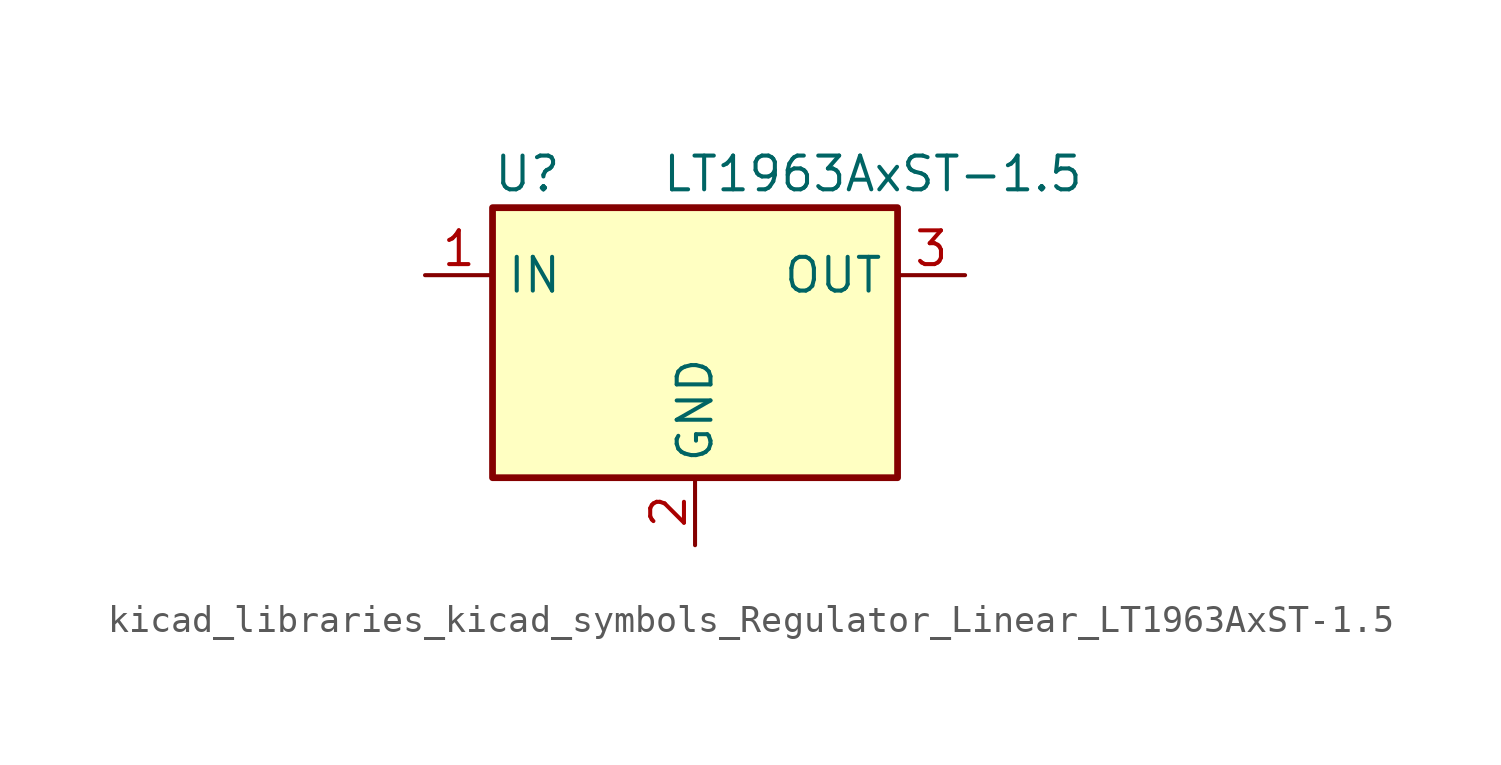
<source format=kicad_sym>
(kicad_symbol_lib
  (version 20220914)
  (generator kicad_symbol_editor)
  (symbol "kicad_libraries_kicad_symbols_Regulator_Linear_LT1963AxST-1.5"
    (property "Reference" "U"
      (at -7.62 6.35 0)
      (effects (font (size 1.27 1.27)) (justify left)))
    (property "Value" "LT1963AxST-1.5"
      (at -1.27 6.35 0)
      (effects (font (size 1.27 1.27)) (justify left)))
    (symbol "kicad_libraries_kicad_symbols_Regulator_Linear_LT1963AxST-1.5_0_1"
      (rectangle (start -7.62 5.08) (end 7.62 -5.08) (stroke (width 0.254) (type default)) (fill (type background))))
    (symbol "kicad_libraries_kicad_symbols_Regulator_Linear_LT1963AxST-1.5_1_1"
      (pin power_in line (at -10.16 2.54 0) (length 2.54) (name "IN" (effects (font (size 1.27 1.27)))) (number "1" (effects (font (size 1.27 1.27)))))
      (pin power_in line (at 0 -7.62 90) (length 2.54) (name "GND" (effects (font (size 1.27 1.27)))) (number "2" (effects (font (size 1.27 1.27)))))
      (pin power_out line (at 10.16 2.54 180) (length 2.54) (name "OUT" (effects (font (size 1.27 1.27)))) (number "3" (effects (font (size 1.27 1.27))))))))
</source>
